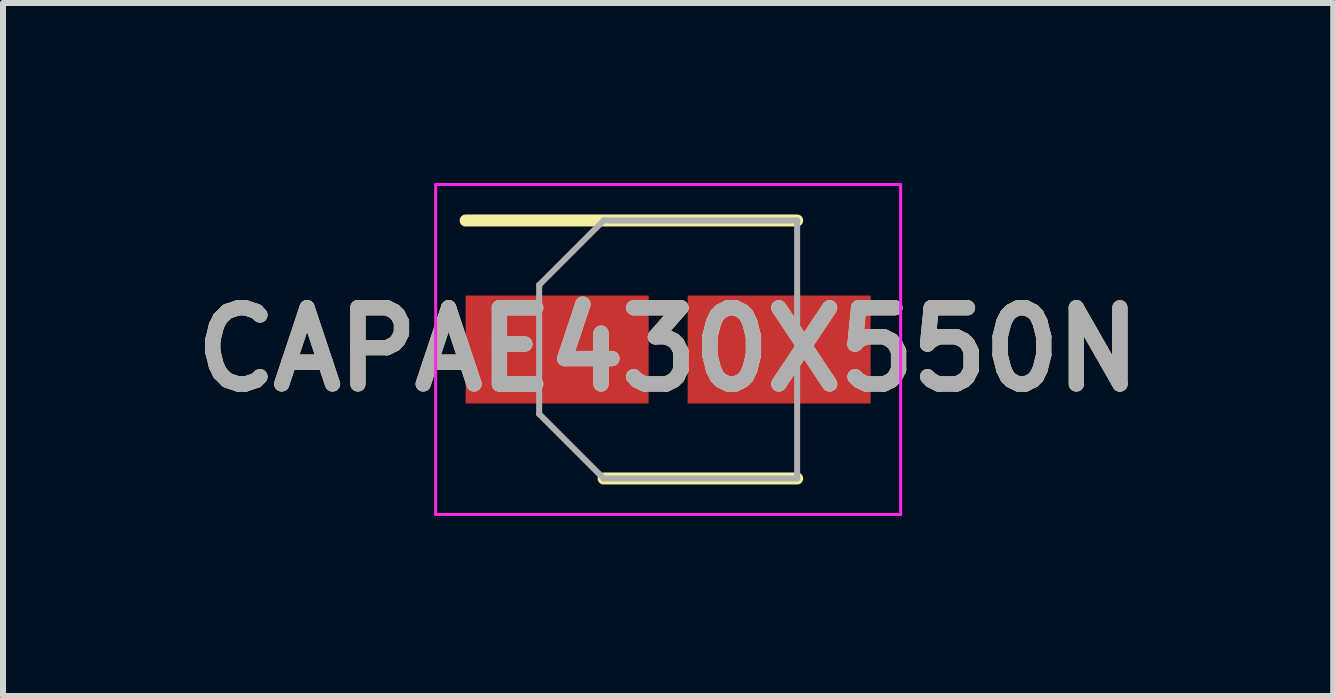
<source format=kicad_pcb>
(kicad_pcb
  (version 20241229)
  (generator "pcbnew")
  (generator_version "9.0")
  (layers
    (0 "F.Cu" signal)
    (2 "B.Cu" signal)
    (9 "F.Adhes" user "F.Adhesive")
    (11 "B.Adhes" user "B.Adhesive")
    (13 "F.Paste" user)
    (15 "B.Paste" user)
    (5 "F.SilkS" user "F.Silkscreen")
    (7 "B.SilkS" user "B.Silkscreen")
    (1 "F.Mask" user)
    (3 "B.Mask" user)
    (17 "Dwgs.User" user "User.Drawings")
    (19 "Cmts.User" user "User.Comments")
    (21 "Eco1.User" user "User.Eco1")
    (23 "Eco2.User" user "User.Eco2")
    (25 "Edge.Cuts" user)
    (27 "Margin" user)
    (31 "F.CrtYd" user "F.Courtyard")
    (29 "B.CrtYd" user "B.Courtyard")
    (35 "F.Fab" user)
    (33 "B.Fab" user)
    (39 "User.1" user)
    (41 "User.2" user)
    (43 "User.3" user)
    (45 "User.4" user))
  (footprint "CAPAE430X550N"
    (layer "F.Cu")
    (at 8.086 2.775)
    (property "Reference" "CAPAE430X550N" (at 0 0 0) (layer "F.SilkS") (effects (font (size 1.27 1.27) (thickness 0.254))))
    (attr smd)
    (fp_line (start -3.375 -2.15) (end 2.15 -2.15) (stroke (width 0.2) (type solid)) (layer "F.SilkS"))
    (fp_line (start -1.075 2.15) (end 2.15 2.15) (stroke (width 0.2) (type solid)) (layer "F.SilkS"))
    (fp_line (start -3.875 -2.75) (end 3.875 -2.75) (stroke (width 0.05) (type solid)) (layer "F.CrtYd"))
    (fp_line (start -3.875 2.75) (end -3.875 -2.75) (stroke (width 0.05) (type solid)) (layer "F.CrtYd"))
    (fp_line (start 3.875 -2.75) (end 3.875 2.75) (stroke (width 0.05) (type solid)) (layer "F.CrtYd"))
    (fp_line (start 3.875 2.75) (end -3.875 2.75) (stroke (width 0.05) (type solid)) (layer "F.CrtYd"))
    (fp_line (start -2.15 -1.075) (end -2.15 1.075) (stroke (width 0.1) (type solid)) (layer "F.Fab"))
    (fp_line (start -2.15 1.075) (end -1.075 2.15) (stroke (width 0.1) (type solid)) (layer "F.Fab"))
    (fp_line (start -1.075 -2.15) (end -2.15 -1.075) (stroke (width 0.1) (type solid)) (layer "F.Fab"))
    (fp_line (start -1.075 2.15) (end 2.15 2.15) (stroke (width 0.1) (type solid)) (layer "F.Fab"))
    (fp_line (start 2.15 -2.15) (end -1.075 -2.15) (stroke (width 0.1) (type solid)) (layer "F.Fab"))
    (fp_line (start 2.15 2.15) (end 2.15 -2.15) (stroke (width 0.1) (type solid)) (layer "F.Fab"))
    (fp_text user "${REFERENCE}" (at 0 0 0) (layer "F.Fab") (effects (font (size 1.27 1.27) (thickness 0.254))))
    (pad "1" smd rect (at -1.85 0 90) (size 1.8 3.05) (layers "F.Cu" "F.Mask" "F.Paste"))
    (pad "2" smd rect (at 1.85 0 90) (size 1.8 3.05) (layers "F.Cu" "F.Mask" "F.Paste")))
  (gr_rect
    (start -3 -3)
    (end 19.171 8.55)
    (stroke (width 0.1) (type default))
    (fill no)
    (layer "Edge.Cuts")))
</source>
